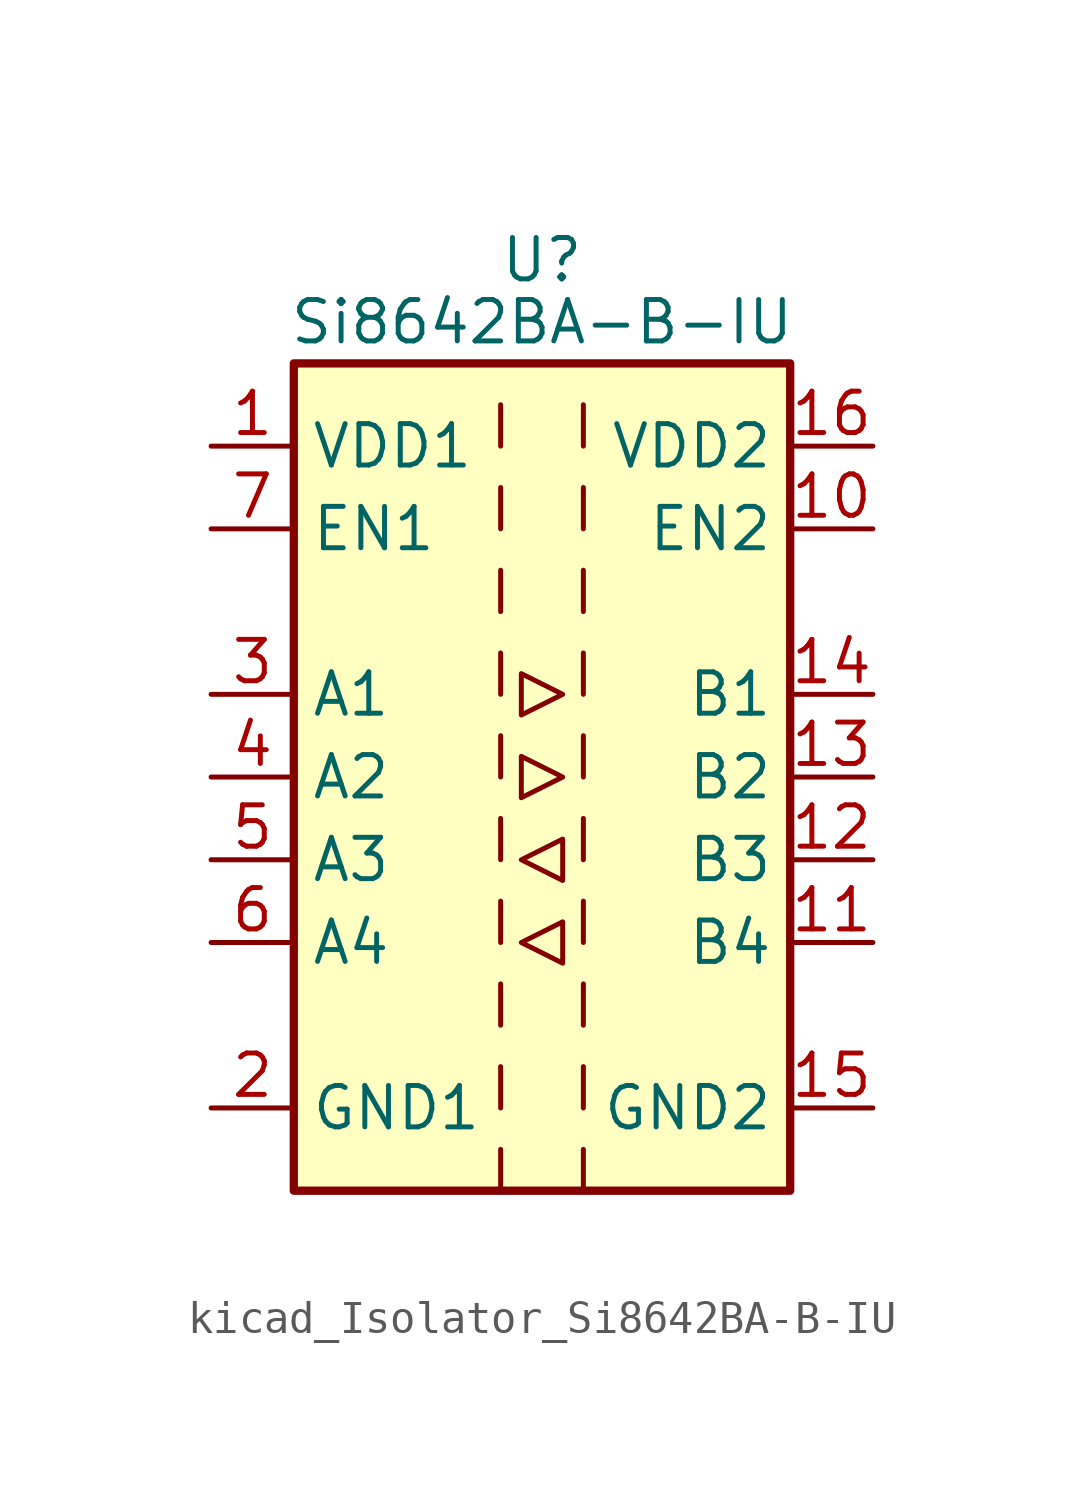
<source format=kicad_sym>
(kicad_symbol_lib
  (version 20220914)
  (generator kicad_symbol_editor)
  (symbol "kicad_Isolator_Si8642BA-B-IU"
    (property "Reference" "U"
      (at 0 15.875 0)
      (effects (font (size 1.27 1.27))))
    (property "Value" "Si8642BA-B-IU"
      (at 0 13.97 0)
      (effects (font (size 1.27 1.27))))
    (symbol "kicad_Isolator_Si8642BA-B-IU_0_1"
      (rectangle (start -7.62 12.7) (end 7.62 -12.7) (stroke (width 0.254) (type default)) (fill (type background)))
      (polyline (pts (xy -1.27 -11.43) (xy -1.27 -12.7)) (stroke (width 0) (type default)) (fill (type none)))
      (polyline (pts (xy -1.27 -8.89) (xy -1.27 -10.16)) (stroke (width 0) (type default)) (fill (type none)))
      (polyline (pts (xy -1.27 -6.35) (xy -1.27 -7.62)) (stroke (width 0) (type default)) (fill (type none)))
      (polyline (pts (xy -1.27 -3.81) (xy -1.27 -5.08)) (stroke (width 0) (type default)) (fill (type none)))
      (polyline (pts (xy -1.27 -1.27) (xy -1.27 -2.54)) (stroke (width 0) (type default)) (fill (type none)))
      (polyline (pts (xy -1.27 1.27) (xy -1.27 0)) (stroke (width 0) (type default)) (fill (type none)))
      (polyline (pts (xy -1.27 3.81) (xy -1.27 2.54)) (stroke (width 0) (type default)) (fill (type none)))
      (polyline (pts (xy -1.27 6.35) (xy -1.27 5.08)) (stroke (width 0) (type default)) (fill (type none)))
      (polyline (pts (xy -1.27 8.89) (xy -1.27 7.62)) (stroke (width 0) (type default)) (fill (type none)))
      (polyline (pts (xy -1.27 11.43) (xy -1.27 10.16)) (stroke (width 0) (type default)) (fill (type none)))
      (polyline (pts (xy 1.27 -11.43) (xy 1.27 -12.7)) (stroke (width 0) (type default)) (fill (type none)))
      (polyline (pts (xy 1.27 -8.89) (xy 1.27 -10.16)) (stroke (width 0) (type default)) (fill (type none)))
      (polyline (pts (xy 1.27 -6.35) (xy 1.27 -7.62)) (stroke (width 0) (type default)) (fill (type none)))
      (polyline (pts (xy 1.27 -3.81) (xy 1.27 -5.08)) (stroke (width 0) (type default)) (fill (type none)))
      (polyline (pts (xy 1.27 -1.27) (xy 1.27 -2.54)) (stroke (width 0) (type default)) (fill (type none)))
      (polyline (pts (xy 1.27 1.27) (xy 1.27 0)) (stroke (width 0) (type default)) (fill (type none)))
      (polyline (pts (xy 1.27 3.81) (xy 1.27 2.54)) (stroke (width 0) (type default)) (fill (type none)))
      (polyline (pts (xy 1.27 6.35) (xy 1.27 5.08)) (stroke (width 0) (type default)) (fill (type none)))
      (polyline (pts (xy 1.27 8.89) (xy 1.27 7.62)) (stroke (width 0) (type default)) (fill (type none)))
      (polyline (pts (xy 1.27 11.43) (xy 1.27 10.16)) (stroke (width 0) (type default)) (fill (type none)))
      (polyline (pts (xy -0.635 -5.08) (xy 0.635 -4.445) (xy 0.635 -5.715) (xy -0.635 -5.08)) (stroke (width 0) (type default)) (fill (type none)))
      (polyline (pts (xy -0.635 -2.54) (xy 0.635 -1.905) (xy 0.635 -3.175) (xy -0.635 -2.54)) (stroke (width 0) (type default)) (fill (type none)))
      (polyline (pts (xy -0.635 0.635) (xy -0.635 -0.635) (xy 0.635 0) (xy -0.635 0.635)) (stroke (width 0) (type default)) (fill (type none)))
      (polyline (pts (xy -0.635 3.175) (xy -0.635 1.905) (xy 0.635 2.54) (xy -0.635 3.175)) (stroke (width 0) (type default)) (fill (type none))))
    (symbol "kicad_Isolator_Si8642BA-B-IU_1_1"
      (pin power_in line (at -10.16 10.16 0) (length 2.54) (name "VDD1" (effects (font (size 1.27 1.27)))) (number "1" (effects (font (size 1.27 1.27)))))
      (pin input line (at 10.16 7.62 180) (length 2.54) (name "EN2" (effects (font (size 1.27 1.27)))) (number "10" (effects (font (size 1.27 1.27)))))
      (pin input line (at 10.16 -5.08 180) (length 2.54) (name "B4" (effects (font (size 1.27 1.27)))) (number "11" (effects (font (size 1.27 1.27)))))
      (pin input line (at 10.16 -2.54 180) (length 2.54) (name "B3" (effects (font (size 1.27 1.27)))) (number "12" (effects (font (size 1.27 1.27)))))
      (pin output line (at 10.16 0 180) (length 2.54) (name "B2" (effects (font (size 1.27 1.27)))) (number "13" (effects (font (size 1.27 1.27)))))
      (pin output line (at 10.16 2.54 180) (length 2.54) (name "B1" (effects (font (size 1.27 1.27)))) (number "14" (effects (font (size 1.27 1.27)))))
      (pin power_in line (at 10.16 -10.16 180) (length 2.54) (name "GND2" (effects (font (size 1.27 1.27)))) (number "15" (effects (font (size 1.27 1.27)))))
      (pin power_in line (at 10.16 10.16 180) (length 2.54) (name "VDD2" (effects (font (size 1.27 1.27)))) (number "16" (effects (font (size 1.27 1.27)))))
      (pin power_in line (at -10.16 -10.16 0) (length 2.54) (name "GND1" (effects (font (size 1.27 1.27)))) (number "2" (effects (font (size 1.27 1.27)))))
      (pin input line (at -10.16 2.54 0) (length 2.54) (name "A1" (effects (font (size 1.27 1.27)))) (number "3" (effects (font (size 1.27 1.27)))))
      (pin input line (at -10.16 0 0) (length 2.54) (name "A2" (effects (font (size 1.27 1.27)))) (number "4" (effects (font (size 1.27 1.27)))))
      (pin output line (at -10.16 -2.54 0) (length 2.54) (name "A3" (effects (font (size 1.27 1.27)))) (number "5" (effects (font (size 1.27 1.27)))))
      (pin output line (at -10.16 -5.08 0) (length 2.54) (name "A4" (effects (font (size 1.27 1.27)))) (number "6" (effects (font (size 1.27 1.27)))))
      (pin input line (at -10.16 7.62 0) (length 2.54) (name "EN1" (effects (font (size 1.27 1.27)))) (number "7" (effects (font (size 1.27 1.27)))))
      (pin passive line (at -10.16 -10.16 0) (length 2.54) hide (name "GND1" (effects (font (size 1.27 1.27)))) (number "8" (effects (font (size 1.27 1.27)))))
      (pin passive line (at 10.16 -10.16 180) (length 2.54) hide (name "GND2" (effects (font (size 1.27 1.27)))) (number "9" (effects (font (size 1.27 1.27))))))))
</source>
